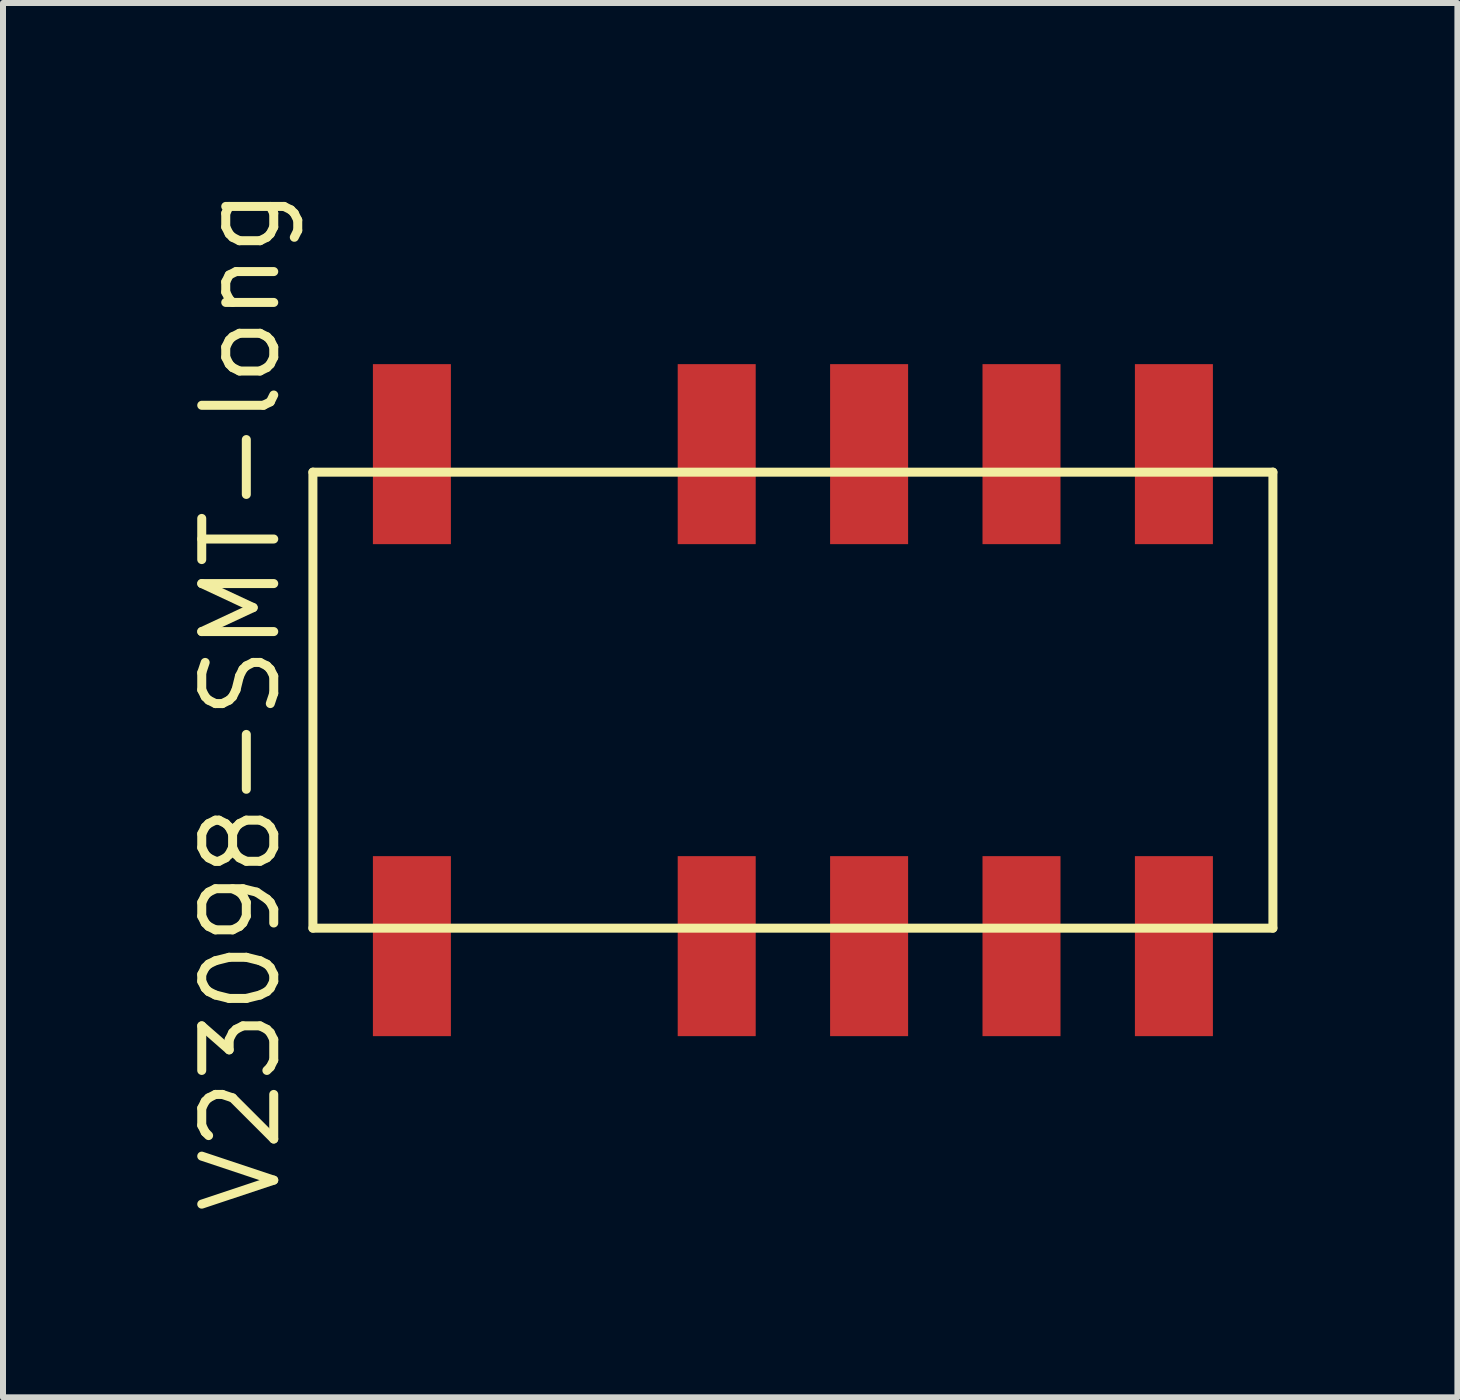
<source format=kicad_pcb>
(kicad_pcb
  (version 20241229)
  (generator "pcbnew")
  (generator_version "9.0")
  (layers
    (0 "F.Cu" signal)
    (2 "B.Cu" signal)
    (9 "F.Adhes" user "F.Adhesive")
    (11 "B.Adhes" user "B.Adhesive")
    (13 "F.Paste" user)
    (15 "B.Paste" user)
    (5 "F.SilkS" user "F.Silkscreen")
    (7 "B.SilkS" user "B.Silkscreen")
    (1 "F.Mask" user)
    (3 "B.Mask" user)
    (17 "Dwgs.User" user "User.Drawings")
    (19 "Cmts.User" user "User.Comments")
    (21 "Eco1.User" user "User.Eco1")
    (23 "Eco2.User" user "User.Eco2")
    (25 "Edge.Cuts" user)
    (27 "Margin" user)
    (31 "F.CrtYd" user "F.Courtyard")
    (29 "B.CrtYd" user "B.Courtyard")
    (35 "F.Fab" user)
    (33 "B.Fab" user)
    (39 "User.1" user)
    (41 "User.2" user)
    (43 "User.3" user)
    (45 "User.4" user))
  (footprint "V23098-SMT-long"
    (layer "F.Cu")
    (at 10.165 8.619)
    (property "Reference" "V23098-SMT-long" (at -9.2 0 90) (layer "F.SilkS") (effects (font (size 1.2 1.2) (thickness 0.15))))
    (attr through_hole)
    (fp_line (start -8 -3.8) (end -8 3.8) (stroke (width 0.15) (type solid)) (layer "F.SilkS"))
    (fp_line (start -8 3.8) (end 8 3.8) (stroke (width 0.15) (type solid)) (layer "F.SilkS"))
    (fp_line (start 8 -3.8) (end -8 -3.8) (stroke (width 0.15) (type solid)) (layer "F.SilkS"))
    (fp_line (start 8 3.8) (end 8 -3.8) (stroke (width 0.15) (type solid)) (layer "F.SilkS"))
    (pad "1" smd rect (at -6.35 4.1) (size 1.3 3) (layers "F.Cu" "F.Mask" "F.Paste"))
    (pad "3" smd rect (at -1.27 4.1) (size 1.3 3) (layers "F.Cu" "F.Mask" "F.Paste"))
    (pad "4" smd rect (at 1.27 4.1) (size 1.3 3) (layers "F.Cu" "F.Mask" "F.Paste"))
    (pad "5" smd rect (at 3.81 4.1) (size 1.3 3) (layers "F.Cu" "F.Mask" "F.Paste"))
    (pad "6" smd rect (at 6.35 4.1) (size 1.3 3) (layers "F.Cu" "F.Mask" "F.Paste"))
    (pad "7" smd rect (at 6.35 -4.1) (size 1.3 3) (layers "F.Cu" "F.Mask" "F.Paste"))
    (pad "8" smd rect (at 3.81 -4.1) (size 1.3 3) (layers "F.Cu" "F.Mask" "F.Paste"))
    (pad "9" smd rect (at 1.27 -4.1) (size 1.3 3) (layers "F.Cu" "F.Mask" "F.Paste"))
    (pad "10" smd rect (at -1.27 -4.1) (size 1.3 3) (layers "F.Cu" "F.Mask" "F.Paste"))
    (pad "12" smd rect (at -6.35 -4.1) (size 1.3 3) (layers "F.Cu" "F.Mask" "F.Paste")))
  (gr_rect
    (start -3 -3)
    (end 21.24 20.239)
    (stroke (width 0.1) (type default))
    (fill no)
    (layer "Edge.Cuts")))
</source>
